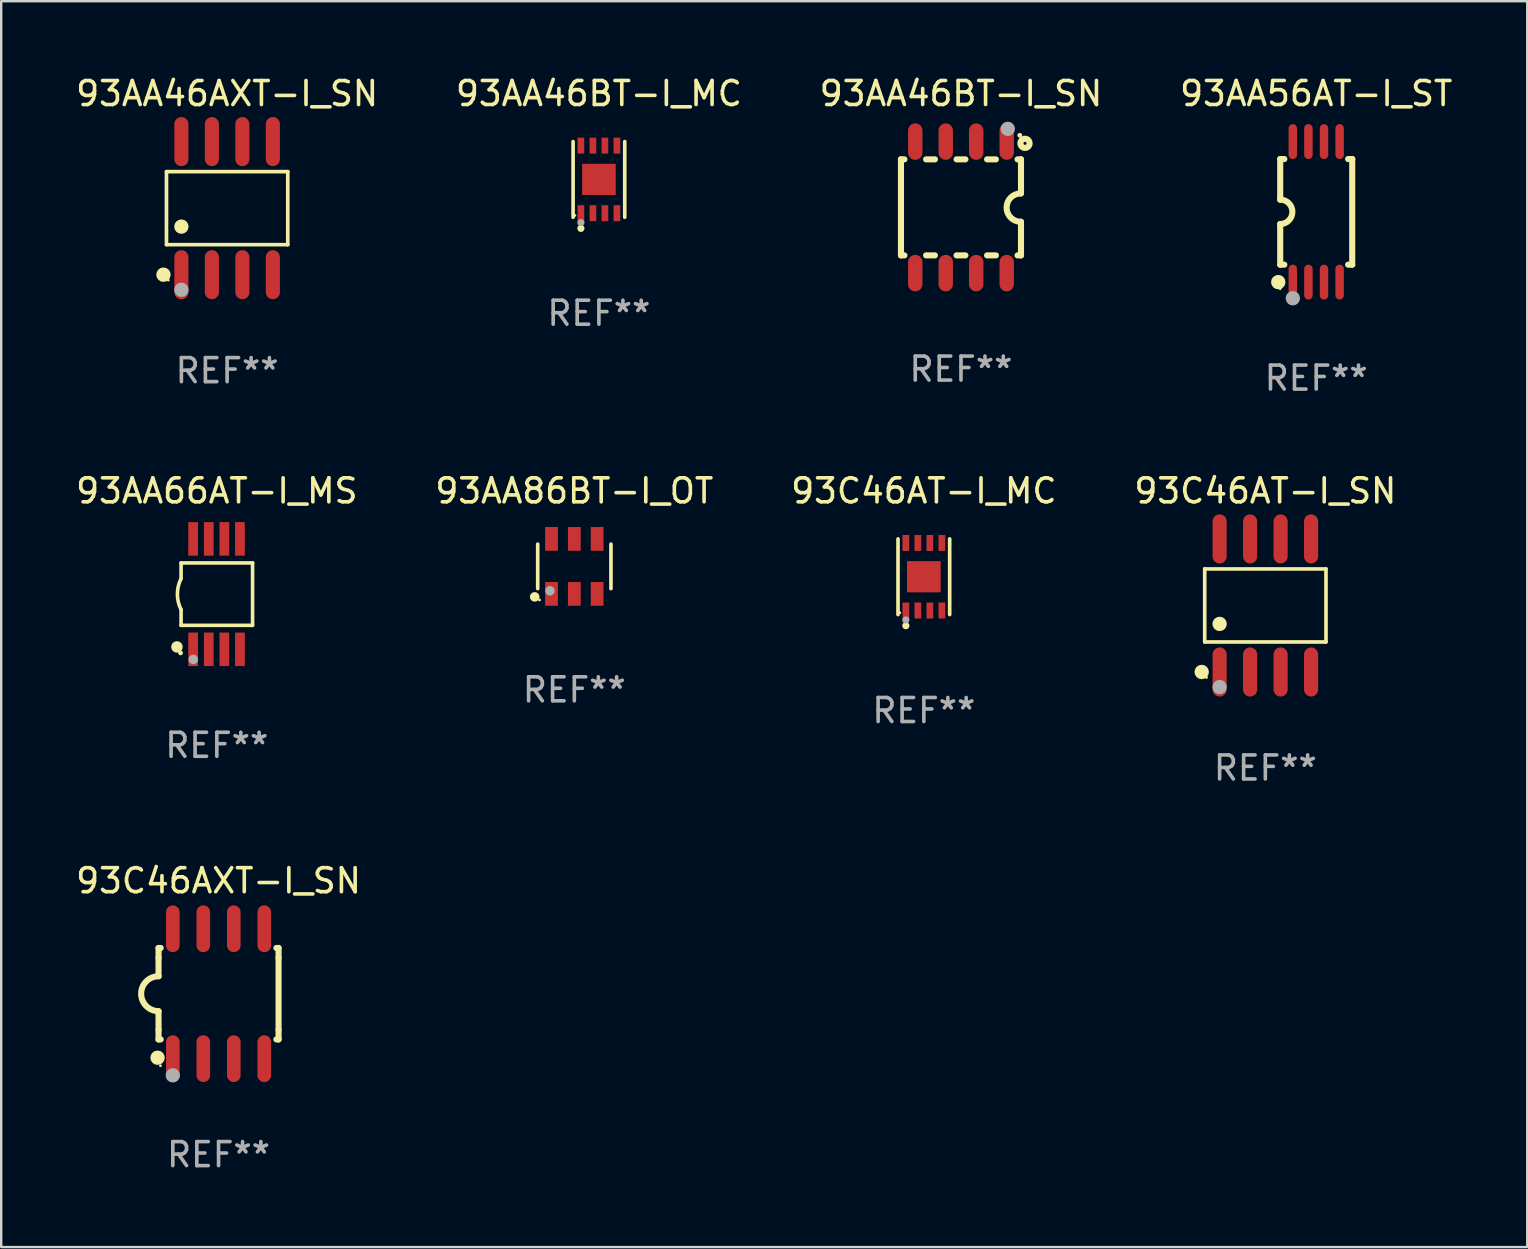
<source format=kicad_pcb>
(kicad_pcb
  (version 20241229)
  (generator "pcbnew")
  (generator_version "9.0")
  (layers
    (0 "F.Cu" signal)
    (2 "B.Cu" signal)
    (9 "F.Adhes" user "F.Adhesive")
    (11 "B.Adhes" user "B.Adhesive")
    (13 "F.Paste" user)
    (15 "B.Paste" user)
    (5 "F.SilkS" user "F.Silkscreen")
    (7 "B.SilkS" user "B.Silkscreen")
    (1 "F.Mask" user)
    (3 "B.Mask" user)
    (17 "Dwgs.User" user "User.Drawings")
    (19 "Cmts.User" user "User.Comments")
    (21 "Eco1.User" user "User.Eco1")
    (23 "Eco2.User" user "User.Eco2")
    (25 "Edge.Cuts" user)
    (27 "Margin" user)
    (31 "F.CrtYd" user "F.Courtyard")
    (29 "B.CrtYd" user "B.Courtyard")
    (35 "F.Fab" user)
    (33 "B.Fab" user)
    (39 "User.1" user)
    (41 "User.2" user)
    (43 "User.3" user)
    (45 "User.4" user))
  (footprint "93AA46BT-I_MC"
    (layer "F.Cu")
    (at 21.899 4.424)
    (property "Reference" "93AA46BT-I_MC" (at 0 -3.576 0) (layer "F.SilkS") (effects (font (size 1 1) (thickness 0.15))))
    (attr through_hole)
    (fp_line (start -1.076 1.576) (end -1.076 -1.576) (stroke (width 0.152) (type solid)) (layer "F.SilkS"))
    (fp_line (start 1.076 1.576) (end 1.076 -1.576) (stroke (width 0.152) (type solid)) (layer "F.SilkS"))
    (fp_circle (center -1 1.5) (end -0.97 1.5) (stroke (width 0.06) (type solid)) (fill no) (layer "F.SilkS"))
    (fp_circle (center -0.75 2.04) (end -0.675 2.04) (stroke (width 0.15) (type solid)) (fill no) (layer "F.SilkS"))
    (fp_circle (center -0.75 1.8) (end -0.675 1.8) (stroke (width 0.15) (type solid)) (fill no) (layer "F.Fab"))
    (fp_text user "REF**" (at 0 5.576 0) (layer "F.Fab") (effects (font (size 1 1) (thickness 0.15))))
    (pad "1" smd rect (at -0.75 1.407) (size 0.28 0.665) (layers "F.Cu" "F.Mask" "F.Paste"))
    (pad "2" smd rect (at -0.25 1.407) (size 0.28 0.665) (layers "F.Cu" "F.Mask" "F.Paste"))
    (pad "3" smd rect (at 0.25 1.407) (size 0.28 0.665) (layers "F.Cu" "F.Mask" "F.Paste"))
    (pad "4" smd rect (at 0.75 1.407) (size 0.28 0.665) (layers "F.Cu" "F.Mask" "F.Paste"))
    (pad "5" smd rect (at 0.75 -1.407) (size 0.28 0.665) (layers "F.Cu" "F.Mask" "F.Paste"))
    (pad "6" smd rect (at 0.25 -1.407) (size 0.28 0.665) (layers "F.Cu" "F.Mask" "F.Paste"))
    (pad "7" smd rect (at -0.25 -1.407) (size 0.28 0.665) (layers "F.Cu" "F.Mask" "F.Paste"))
    (pad "8" smd rect (at -0.75 -1.407) (size 0.28 0.665) (layers "F.Cu" "F.Mask" "F.Paste"))
    (pad "9" smd rect (at 0 0) (size 1.4 1.3) (layers "F.Cu" "F.Mask" "F.Paste")))
  (footprint "93AA46BT-I_SN"
    (layer "F.Cu")
    (at 36.982 5.588)
    (property "Reference" "93AA46BT-I_SN" (at 0 -4.74 0) (layer "F.SilkS") (effects (font (size 1 1) (thickness 0.15))))
    (attr through_hole)
    (fp_line (start -2.5 2) (end -2.5 -2) (stroke (width 0.254) (type solid)) (layer "F.SilkS"))
    (fp_line (start -2.356 -2) (end -2.5 -2) (stroke (width 0.254) (type solid)) (layer "F.SilkS"))
    (fp_line (start -2.356 2) (end -2.5 2) (stroke (width 0.254) (type solid)) (layer "F.SilkS"))
    (fp_line (start -1.086 -2) (end -1.454 -2) (stroke (width 0.254) (type solid)) (layer "F.SilkS"))
    (fp_line (start -1.086 2) (end -1.454 2) (stroke (width 0.254) (type solid)) (layer "F.SilkS"))
    (fp_line (start 0.184 -2) (end -0.184 -2) (stroke (width 0.254) (type solid)) (layer "F.SilkS"))
    (fp_line (start 0.184 2) (end -0.184 2) (stroke (width 0.254) (type solid)) (layer "F.SilkS"))
    (fp_line (start 1.454 -2) (end 1.086 -2) (stroke (width 0.254) (type solid)) (layer "F.SilkS"))
    (fp_line (start 1.454 2) (end 1.086 2) (stroke (width 0.254) (type solid)) (layer "F.SilkS"))
    (fp_line (start 2.5 -2) (end 2.356 -2) (stroke (width 0.254) (type solid)) (layer "F.SilkS"))
    (fp_line (start 2.5 -0.58) (end 2.5 -2) (stroke (width 0.254) (type solid)) (layer "F.SilkS"))
    (fp_line (start 2.5 2) (end 2.356 2) (stroke (width 0.254) (type solid)) (layer "F.SilkS"))
    (fp_line (start 2.5 2) (end 2.5 0.6) (stroke (width 0.254) (type solid)) (layer "F.SilkS"))
    (fp_arc (start 2.489992 0.600051) (mid 1.901674 0.010046) (end 2.489992 -0.579959) (stroke (width 0.254001) (type solid)) (layer "F.SilkS"))
    (fp_circle (center 2.45 -3) (end 2.5 -3) (stroke (width 0.1) (type solid)) (fill no) (layer "F.SilkS"))
    (fp_circle (center 2.667 -2.667) (end 2.858 -2.667) (stroke (width 0.254) (type solid)) (fill no) (layer "F.SilkS"))
    (fp_circle (center 1.95 -3.27) (end 2.1 -3.27) (stroke (width 0.3) (type solid)) (fill no) (layer "F.Fab"))
    (fp_text user "REF**" (at 0 6.74 0) (layer "F.Fab") (effects (font (size 1 1) (thickness 0.15))))
    (pad "1" smd oval (at 1.905 -2.74) (size 0.6 1.52) (layers "F.Cu" "F.Mask" "F.Paste"))
    (pad "2" smd oval (at 0.635 -2.74) (size 0.6 1.52) (layers "F.Cu" "F.Mask" "F.Paste"))
    (pad "3" smd oval (at -0.635 -2.74) (size 0.6 1.52) (layers "F.Cu" "F.Mask" "F.Paste"))
    (pad "4" smd oval (at -1.905 -2.74) (size 0.6 1.52) (layers "F.Cu" "F.Mask" "F.Paste"))
    (pad "5" smd oval (at -1.905 2.74) (size 0.6 1.52) (layers "F.Cu" "F.Mask" "F.Paste"))
    (pad "6" smd oval (at -0.635 2.74) (size 0.6 1.52) (layers "F.Cu" "F.Mask" "F.Paste"))
    (pad "7" smd oval (at 0.635 2.74) (size 0.6 1.52) (layers "F.Cu" "F.Mask" "F.Paste"))
    (pad "8" smd oval (at 1.905 2.74) (size 0.6 1.52) (layers "F.Cu" "F.Mask" "F.Paste")))
  (footprint "93AA56AT-I_ST"
    (layer "F.Cu")
    (at 51.78 5.775)
    (property "Reference" "93AA56AT-I_ST" (at 0 -4.927 0) (layer "F.SilkS") (effects (font (size 1 1) (thickness 0.15))))
    (attr through_hole)
    (fp_line (start -1.5 -2.2) (end -1.5 -0.508) (stroke (width 0.254) (type solid)) (layer "F.SilkS"))
    (fp_line (start -1.5 -2.2) (end -1.328 -2.2) (stroke (width 0.254) (type solid)) (layer "F.SilkS"))
    (fp_line (start -1.5 2.2) (end -1.5 0.508) (stroke (width 0.254) (type solid)) (layer "F.SilkS"))
    (fp_line (start -1.5 2.2) (end -1.328 2.2) (stroke (width 0.254) (type solid)) (layer "F.SilkS"))
    (fp_line (start 1.328 -2.2) (end 1.5 -2.2) (stroke (width 0.254) (type solid)) (layer "F.SilkS"))
    (fp_line (start 1.328 2.2) (end 1.5 2.2) (stroke (width 0.254) (type solid)) (layer "F.SilkS"))
    (fp_line (start 1.5 -2.2) (end 1.5 2.2) (stroke (width 0.254) (type solid)) (layer "F.SilkS"))
    (fp_arc (start -1.501144 -0.508) (mid -0.993143 -0.000571) (end -1.5 0.508001) (stroke (width 0.254001) (type solid)) (layer "F.SilkS"))
    (fp_circle (center -1.581 2.927) (end -1.431 2.927) (stroke (width 0.3) (type solid)) (fill no) (layer "F.SilkS"))
    (fp_circle (center -1.5 3.2) (end -1.47 3.2) (stroke (width 0.06) (type solid)) (fill no) (layer "F.SilkS"))
    (fp_circle (center -0.975 3.6) (end -0.825 3.6) (stroke (width 0.3) (type solid)) (fill no) (layer "F.Fab"))
    (fp_text user "REF**" (at 0 6.927 0) (layer "F.Fab") (effects (font (size 1 1) (thickness 0.15))))
    (pad "1" smd oval (at -0.975 2.927) (size 0.353 1.454) (layers "F.Cu" "F.Mask" "F.Paste"))
    (pad "2" smd oval (at -0.325 2.927) (size 0.353 1.454) (layers "F.Cu" "F.Mask" "F.Paste"))
    (pad "3" smd oval (at 0.325 2.927) (size 0.353 1.454) (layers "F.Cu" "F.Mask" "F.Paste"))
    (pad "4" smd oval (at 0.975 2.927) (size 0.353 1.454) (layers "F.Cu" "F.Mask" "F.Paste"))
    (pad "5" smd oval (at 0.975 -2.927) (size 0.353 1.454) (layers "F.Cu" "F.Mask" "F.Paste"))
    (pad "6" smd oval (at 0.325 -2.927) (size 0.353 1.454) (layers "F.Cu" "F.Mask" "F.Paste"))
    (pad "7" smd oval (at -0.325 -2.927) (size 0.353 1.454) (layers "F.Cu" "F.Mask" "F.Paste"))
    (pad "8" smd oval (at -0.975 -2.927) (size 0.353 1.454) (layers "F.Cu" "F.Mask" "F.Paste")))
  (footprint "93AA46AXT-I_SN"
    (layer "F.Cu")
    (at 6.411 5.621)
    (property "Reference" "93AA46AXT-I_SN" (at 0 -4.772 0) (layer "F.SilkS") (effects (font (size 1 1) (thickness 0.15))))
    (attr through_hole)
    (fp_line (start -2.526 -1.521) (end 2.526 -1.521) (stroke (width 0.152) (type solid)) (layer "F.SilkS"))
    (fp_line (start -2.526 1.521) (end -2.526 -1.521) (stroke (width 0.152) (type solid)) (layer "F.SilkS"))
    (fp_line (start 2.526 -1.521) (end 2.526 1.521) (stroke (width 0.152) (type solid)) (layer "F.SilkS"))
    (fp_line (start 2.526 1.521) (end -2.526 1.521) (stroke (width 0.152) (type solid)) (layer "F.SilkS"))
    (fp_circle (center -2.652 2.772) (end -2.501 2.772) (stroke (width 0.3) (type solid)) (fill no) (layer "F.SilkS"))
    (fp_circle (center -2.45 3) (end -2.42 3) (stroke (width 0.06) (type solid)) (fill no) (layer "F.SilkS"))
    (fp_circle (center -1.905 0.769) (end -1.755 0.769) (stroke (width 0.3) (type solid)) (fill no) (layer "F.SilkS"))
    (fp_circle (center -1.905 3.4) (end -1.755 3.4) (stroke (width 0.3) (type solid)) (fill no) (layer "F.Fab"))
    (fp_text user "REF**" (at 0 6.772 0) (layer "F.Fab") (effects (font (size 1 1) (thickness 0.15))))
    (pad "1" smd oval (at -1.905 2.772) (size 0.588 2.045) (layers "F.Cu" "F.Mask" "F.Paste"))
    (pad "2" smd oval (at -0.635 2.772) (size 0.588 2.045) (layers "F.Cu" "F.Mask" "F.Paste"))
    (pad "3" smd oval (at 0.635 2.772) (size 0.588 2.045) (layers "F.Cu" "F.Mask" "F.Paste"))
    (pad "4" smd oval (at 1.905 2.772) (size 0.588 2.045) (layers "F.Cu" "F.Mask" "F.Paste"))
    (pad "5" smd oval (at 1.905 -2.772) (size 0.588 2.045) (layers "F.Cu" "F.Mask" "F.Paste"))
    (pad "6" smd oval (at 0.635 -2.772) (size 0.588 2.045) (layers "F.Cu" "F.Mask" "F.Paste"))
    (pad "7" smd oval (at -0.635 -2.772) (size 0.588 2.045) (layers "F.Cu" "F.Mask" "F.Paste"))
    (pad "8" smd oval (at -1.905 -2.772) (size 0.588 2.045) (layers "F.Cu" "F.Mask" "F.Paste")))
  (footprint "93C46AT-I_SN"
    (layer "F.Cu")
    (at 49.661 22.171)
    (property "Reference" "93C46AT-I_SN" (at 0 -4.772 0) (layer "F.SilkS") (effects (font (size 1 1) (thickness 0.15))))
    (attr through_hole)
    (fp_line (start -2.526 -1.521) (end 2.526 -1.521) (stroke (width 0.152) (type solid)) (layer "F.SilkS"))
    (fp_line (start -2.526 1.521) (end -2.526 -1.521) (stroke (width 0.152) (type solid)) (layer "F.SilkS"))
    (fp_line (start 2.526 -1.521) (end 2.526 1.521) (stroke (width 0.152) (type solid)) (layer "F.SilkS"))
    (fp_line (start 2.526 1.521) (end -2.526 1.521) (stroke (width 0.152) (type solid)) (layer "F.SilkS"))
    (fp_circle (center -2.652 2.772) (end -2.501 2.772) (stroke (width 0.3) (type solid)) (fill no) (layer "F.SilkS"))
    (fp_circle (center -2.45 3) (end -2.42 3) (stroke (width 0.06) (type solid)) (fill no) (layer "F.SilkS"))
    (fp_circle (center -1.905 0.769) (end -1.755 0.769) (stroke (width 0.3) (type solid)) (fill no) (layer "F.SilkS"))
    (fp_circle (center -1.905 3.4) (end -1.755 3.4) (stroke (width 0.3) (type solid)) (fill no) (layer "F.Fab"))
    (fp_text user "REF**" (at 0 6.772 0) (layer "F.Fab") (effects (font (size 1 1) (thickness 0.15))))
    (pad "1" smd oval (at -1.905 2.772) (size 0.588 2.045) (layers "F.Cu" "F.Mask" "F.Paste"))
    (pad "2" smd oval (at -0.635 2.772) (size 0.588 2.045) (layers "F.Cu" "F.Mask" "F.Paste"))
    (pad "3" smd oval (at 0.635 2.772) (size 0.588 2.045) (layers "F.Cu" "F.Mask" "F.Paste"))
    (pad "4" smd oval (at 1.905 2.772) (size 0.588 2.045) (layers "F.Cu" "F.Mask" "F.Paste"))
    (pad "5" smd oval (at 1.905 -2.772) (size 0.588 2.045) (layers "F.Cu" "F.Mask" "F.Paste"))
    (pad "6" smd oval (at 0.635 -2.772) (size 0.588 2.045) (layers "F.Cu" "F.Mask" "F.Paste"))
    (pad "7" smd oval (at -0.635 -2.772) (size 0.588 2.045) (layers "F.Cu" "F.Mask" "F.Paste"))
    (pad "8" smd oval (at -1.905 -2.772) (size 0.588 2.045) (layers "F.Cu" "F.Mask" "F.Paste")))
  (footprint "93AA86BT-I_OT"
    (layer "F.Cu")
    (at 20.875 20.544)
    (property "Reference" "93AA86BT-I_OT" (at 0 -3.145 0) (layer "F.SilkS") (effects (font (size 1 1) (thickness 0.15))))
    (attr through_hole)
    (fp_line (start -1.526 0.926) (end -1.526 -0.926) (stroke (width 0.152) (type solid)) (layer "F.SilkS"))
    (fp_line (start 1.526 0.926) (end 1.526 -0.926) (stroke (width 0.152) (type solid)) (layer "F.SilkS"))
    (fp_circle (center -1.651 1.27) (end -1.551 1.27) (stroke (width 0.2) (type solid)) (fill no) (layer "F.SilkS"))
    (fp_circle (center -1.45 1.4) (end -1.42 1.4) (stroke (width 0.06) (type solid)) (fill no) (layer "F.SilkS"))
    (fp_circle (center -1.016 1.016) (end -0.916 1.016) (stroke (width 0.2) (type solid)) (fill no) (layer "F.Fab"))
    (fp_text user "REF**" (at 0 5.145 0) (layer "F.Fab") (effects (font (size 1 1) (thickness 0.15))))
    (pad "1" smd rect (at -0.95 1.145) (size 0.532 0.99) (layers "F.Cu" "F.Mask" "F.Paste"))
    (pad "2" smd rect (at -0.000013 1.145) (size 0.532 0.99) (layers "F.Cu" "F.Mask" "F.Paste"))
    (pad "3" smd rect (at 0.95 1.145) (size 0.532 0.99) (layers "F.Cu" "F.Mask" "F.Paste"))
    (pad "4" smd rect (at 0.95 -1.145) (size 0.532 0.99) (layers "F.Cu" "F.Mask" "F.Paste"))
    (pad "5" smd rect (at -0.000013 -1.145) (size 0.532 0.99) (layers "F.Cu" "F.Mask" "F.Paste"))
    (pad "6" smd rect (at -0.95 -1.145) (size 0.532 0.99) (layers "F.Cu" "F.Mask" "F.Paste")))
  (footprint "93AA66AT-I_MS"
    (layer "F.Cu")
    (at 5.982 21.699)
    (property "Reference" "93AA66AT-I_MS" (at 0 -4.3 0) (layer "F.SilkS") (effects (font (size 1 1) (thickness 0.15))))
    (attr through_hole)
    (fp_line (start -1.489 -1.3) (end -1.489 -0.648) (stroke (width 0.15) (type solid)) (layer "F.SilkS"))
    (fp_line (start -1.489 0.648) (end -1.489 1.3) (stroke (width 0.15) (type solid)) (layer "F.SilkS"))
    (fp_line (start -1.489 1.3) (end 1.489 1.3) (stroke (width 0.15) (type solid)) (layer "F.SilkS"))
    (fp_line (start 1.489 -1.3) (end -1.489 -1.3) (stroke (width 0.15) (type solid)) (layer "F.SilkS"))
    (fp_line (start 1.489 1.3) (end 1.489 -1.3) (stroke (width 0.15) (type solid)) (layer "F.SilkS"))
    (fp_arc (start -1.489205 0.647702) (mid -1.642107 0) (end -1.489205 -0.647701) (stroke (width 0.150013) (type solid)) (layer "F.SilkS"))
    (fp_circle (center -1.661 2.2) (end -1.541 2.2) (stroke (width 0.24) (type solid)) (fill no) (layer "F.SilkS"))
    (fp_circle (center -1.511 2.45) (end -1.461 2.45) (stroke (width 0.1) (type solid)) (fill no) (layer "F.SilkS"))
    (fp_circle (center -0.981 2.72) (end -0.881 2.72) (stroke (width 0.2) (type solid)) (fill no) (layer "F.Fab"))
    (fp_text user "REF**" (at 0 6.3 0) (layer "F.Fab") (effects (font (size 1 1) (thickness 0.15))))
    (pad "1" smd rect (at -0.986 2.3) (size 0.406 1.397) (layers "F.Cu" "F.Mask" "F.Paste"))
    (pad "2" smd rect (at -0.336 2.3) (size 0.406 1.397) (layers "F.Cu" "F.Mask" "F.Paste"))
    (pad "3" smd rect (at 0.314 2.3) (size 0.406 1.397) (layers "F.Cu" "F.Mask" "F.Paste"))
    (pad "4" smd rect (at 0.964 2.3) (size 0.406 1.397) (layers "F.Cu" "F.Mask" "F.Paste"))
    (pad "5" smd rect (at 0.964 -2.3) (size 0.406 1.397) (layers "F.Cu" "F.Mask" "F.Paste"))
    (pad "6" smd rect (at 0.314 -2.3) (size 0.406 1.397) (layers "F.Cu" "F.Mask" "F.Paste"))
    (pad "7" smd rect (at -0.336 -2.3) (size 0.406 1.397) (layers "F.Cu" "F.Mask" "F.Paste"))
    (pad "8" smd rect (at -0.986 -2.3) (size 0.406 1.397) (layers "F.Cu" "F.Mask" "F.Paste")))
  (footprint "93C46AXT-I_SN"
    (layer "F.Cu")
    (at 6.054 38.345)
    (property "Reference" "93C46AXT-I_SN" (at 0 -4.705 0) (layer "F.SilkS") (effects (font (size 1 1) (thickness 0.15))))
    (attr through_hole)
    (fp_line (start -2.5 -1.905) (end -2.409 -1.905) (stroke (width 0.254) (type solid)) (layer "F.SilkS"))
    (fp_line (start -2.5 -1.5) (end -2.5 -1.905) (stroke (width 0.254) (type solid)) (layer "F.SilkS"))
    (fp_line (start -2.5 -1.5) (end -2.5 -0.726) (stroke (width 0.254) (type solid)) (layer "F.SilkS"))
    (fp_line (start -2.5 1.5) (end -2.5 0.727) (stroke (width 0.254) (type solid)) (layer "F.SilkS"))
    (fp_line (start -2.5 1.5) (end -2.5 1.905) (stroke (width 0.254) (type solid)) (layer "F.SilkS"))
    (fp_line (start -2.5 1.905) (end -2.409 1.905) (stroke (width 0.254) (type solid)) (layer "F.SilkS"))
    (fp_line (start 2.5 -1.905) (end 2.409 -1.905) (stroke (width 0.254) (type solid)) (layer "F.SilkS"))
    (fp_line (start 2.5 -1.5) (end 2.5 -1.905) (stroke (width 0.254) (type solid)) (layer "F.SilkS"))
    (fp_line (start 2.5 -1.5) (end 2.5 1.5) (stroke (width 0.254) (type solid)) (layer "F.SilkS"))
    (fp_line (start 2.5 1.5) (end 2.5 1.905) (stroke (width 0.254) (type solid)) (layer "F.SilkS"))
    (fp_line (start 2.5 1.905) (end 2.409 1.905) (stroke (width 0.254) (type solid)) (layer "F.SilkS"))
    (fp_arc (start -2.5 0.726568) (mid -3.220316 -0.0023) (end -2.495097 -0.726289) (stroke (width 0.254001) (type solid)) (layer "F.SilkS"))
    (fp_circle (center -2.54 2.667) (end -2.39 2.667) (stroke (width 0.3) (type solid)) (fill no) (layer "F.SilkS"))
    (fp_circle (center -2.42 3) (end -2.39 3) (stroke (width 0.06) (type solid)) (fill no) (layer "F.SilkS"))
    (fp_circle (center -1.905 3.4) (end -1.755 3.4) (stroke (width 0.3) (type solid)) (fill no) (layer "F.Fab"))
    (fp_text user "REF**" (at 0 6.705 0) (layer "F.Fab") (effects (font (size 1 1) (thickness 0.15))))
    (pad "1" smd oval (at -1.905 2.705) (size 0.568 1.95) (layers "F.Cu" "F.Mask" "F.Paste"))
    (pad "2" smd oval (at -0.635 2.705) (size 0.568 1.95) (layers "F.Cu" "F.Mask" "F.Paste"))
    (pad "3" smd oval (at 0.635 2.705) (size 0.568 1.95) (layers "F.Cu" "F.Mask" "F.Paste"))
    (pad "4" smd oval (at 1.905 2.705) (size 0.568 1.95) (layers "F.Cu" "F.Mask" "F.Paste"))
    (pad "5" smd oval (at 1.905 -2.705) (size 0.568 1.95) (layers "F.Cu" "F.Mask" "F.Paste"))
    (pad "6" smd oval (at 0.635 -2.705) (size 0.568 1.95) (layers "F.Cu" "F.Mask" "F.Paste"))
    (pad "7" smd oval (at -0.635 -2.705) (size 0.568 1.95) (layers "F.Cu" "F.Mask" "F.Paste"))
    (pad "8" smd oval (at -1.905 -2.705) (size 0.568 1.95) (layers "F.Cu" "F.Mask" "F.Paste")))
  (footprint "93C46AT-I_MC"
    (layer "F.Cu")
    (at 35.435 20.975)
    (property "Reference" "93C46AT-I_MC" (at 0 -3.576 0) (layer "F.SilkS") (effects (font (size 1 1) (thickness 0.15))))
    (attr through_hole)
    (fp_line (start -1.076 1.576) (end -1.076 -1.576) (stroke (width 0.152) (type solid)) (layer "F.SilkS"))
    (fp_line (start 1.076 1.576) (end 1.076 -1.576) (stroke (width 0.152) (type solid)) (layer "F.SilkS"))
    (fp_circle (center -1 1.5) (end -0.97 1.5) (stroke (width 0.06) (type solid)) (fill no) (layer "F.SilkS"))
    (fp_circle (center -0.75 2.04) (end -0.675 2.04) (stroke (width 0.15) (type solid)) (fill no) (layer "F.SilkS"))
    (fp_circle (center -0.75 1.8) (end -0.675 1.8) (stroke (width 0.15) (type solid)) (fill no) (layer "F.Fab"))
    (fp_text user "REF**" (at 0 5.576 0) (layer "F.Fab") (effects (font (size 1 1) (thickness 0.15))))
    (pad "1" smd rect (at -0.75 1.407) (size 0.28 0.665) (layers "F.Cu" "F.Mask" "F.Paste"))
    (pad "2" smd rect (at -0.25 1.407) (size 0.28 0.665) (layers "F.Cu" "F.Mask" "F.Paste"))
    (pad "3" smd rect (at 0.25 1.407) (size 0.28 0.665) (layers "F.Cu" "F.Mask" "F.Paste"))
    (pad "4" smd rect (at 0.75 1.407) (size 0.28 0.665) (layers "F.Cu" "F.Mask" "F.Paste"))
    (pad "5" smd rect (at 0.75 -1.407) (size 0.28 0.665) (layers "F.Cu" "F.Mask" "F.Paste"))
    (pad "6" smd rect (at 0.25 -1.407) (size 0.28 0.665) (layers "F.Cu" "F.Mask" "F.Paste"))
    (pad "7" smd rect (at -0.25 -1.407) (size 0.28 0.665) (layers "F.Cu" "F.Mask" "F.Paste"))
    (pad "8" smd rect (at -0.75 -1.407) (size 0.28 0.665) (layers "F.Cu" "F.Mask" "F.Paste"))
    (pad "9" smd rect (at 0 0) (size 1.4 1.3) (layers "F.Cu" "F.Mask" "F.Paste")))
  (gr_rect
    (start -3 -3)
    (end 60.571 48.899)
    (stroke (width 0.1) (type default))
    (fill no)
    (layer "Edge.Cuts")))
</source>
